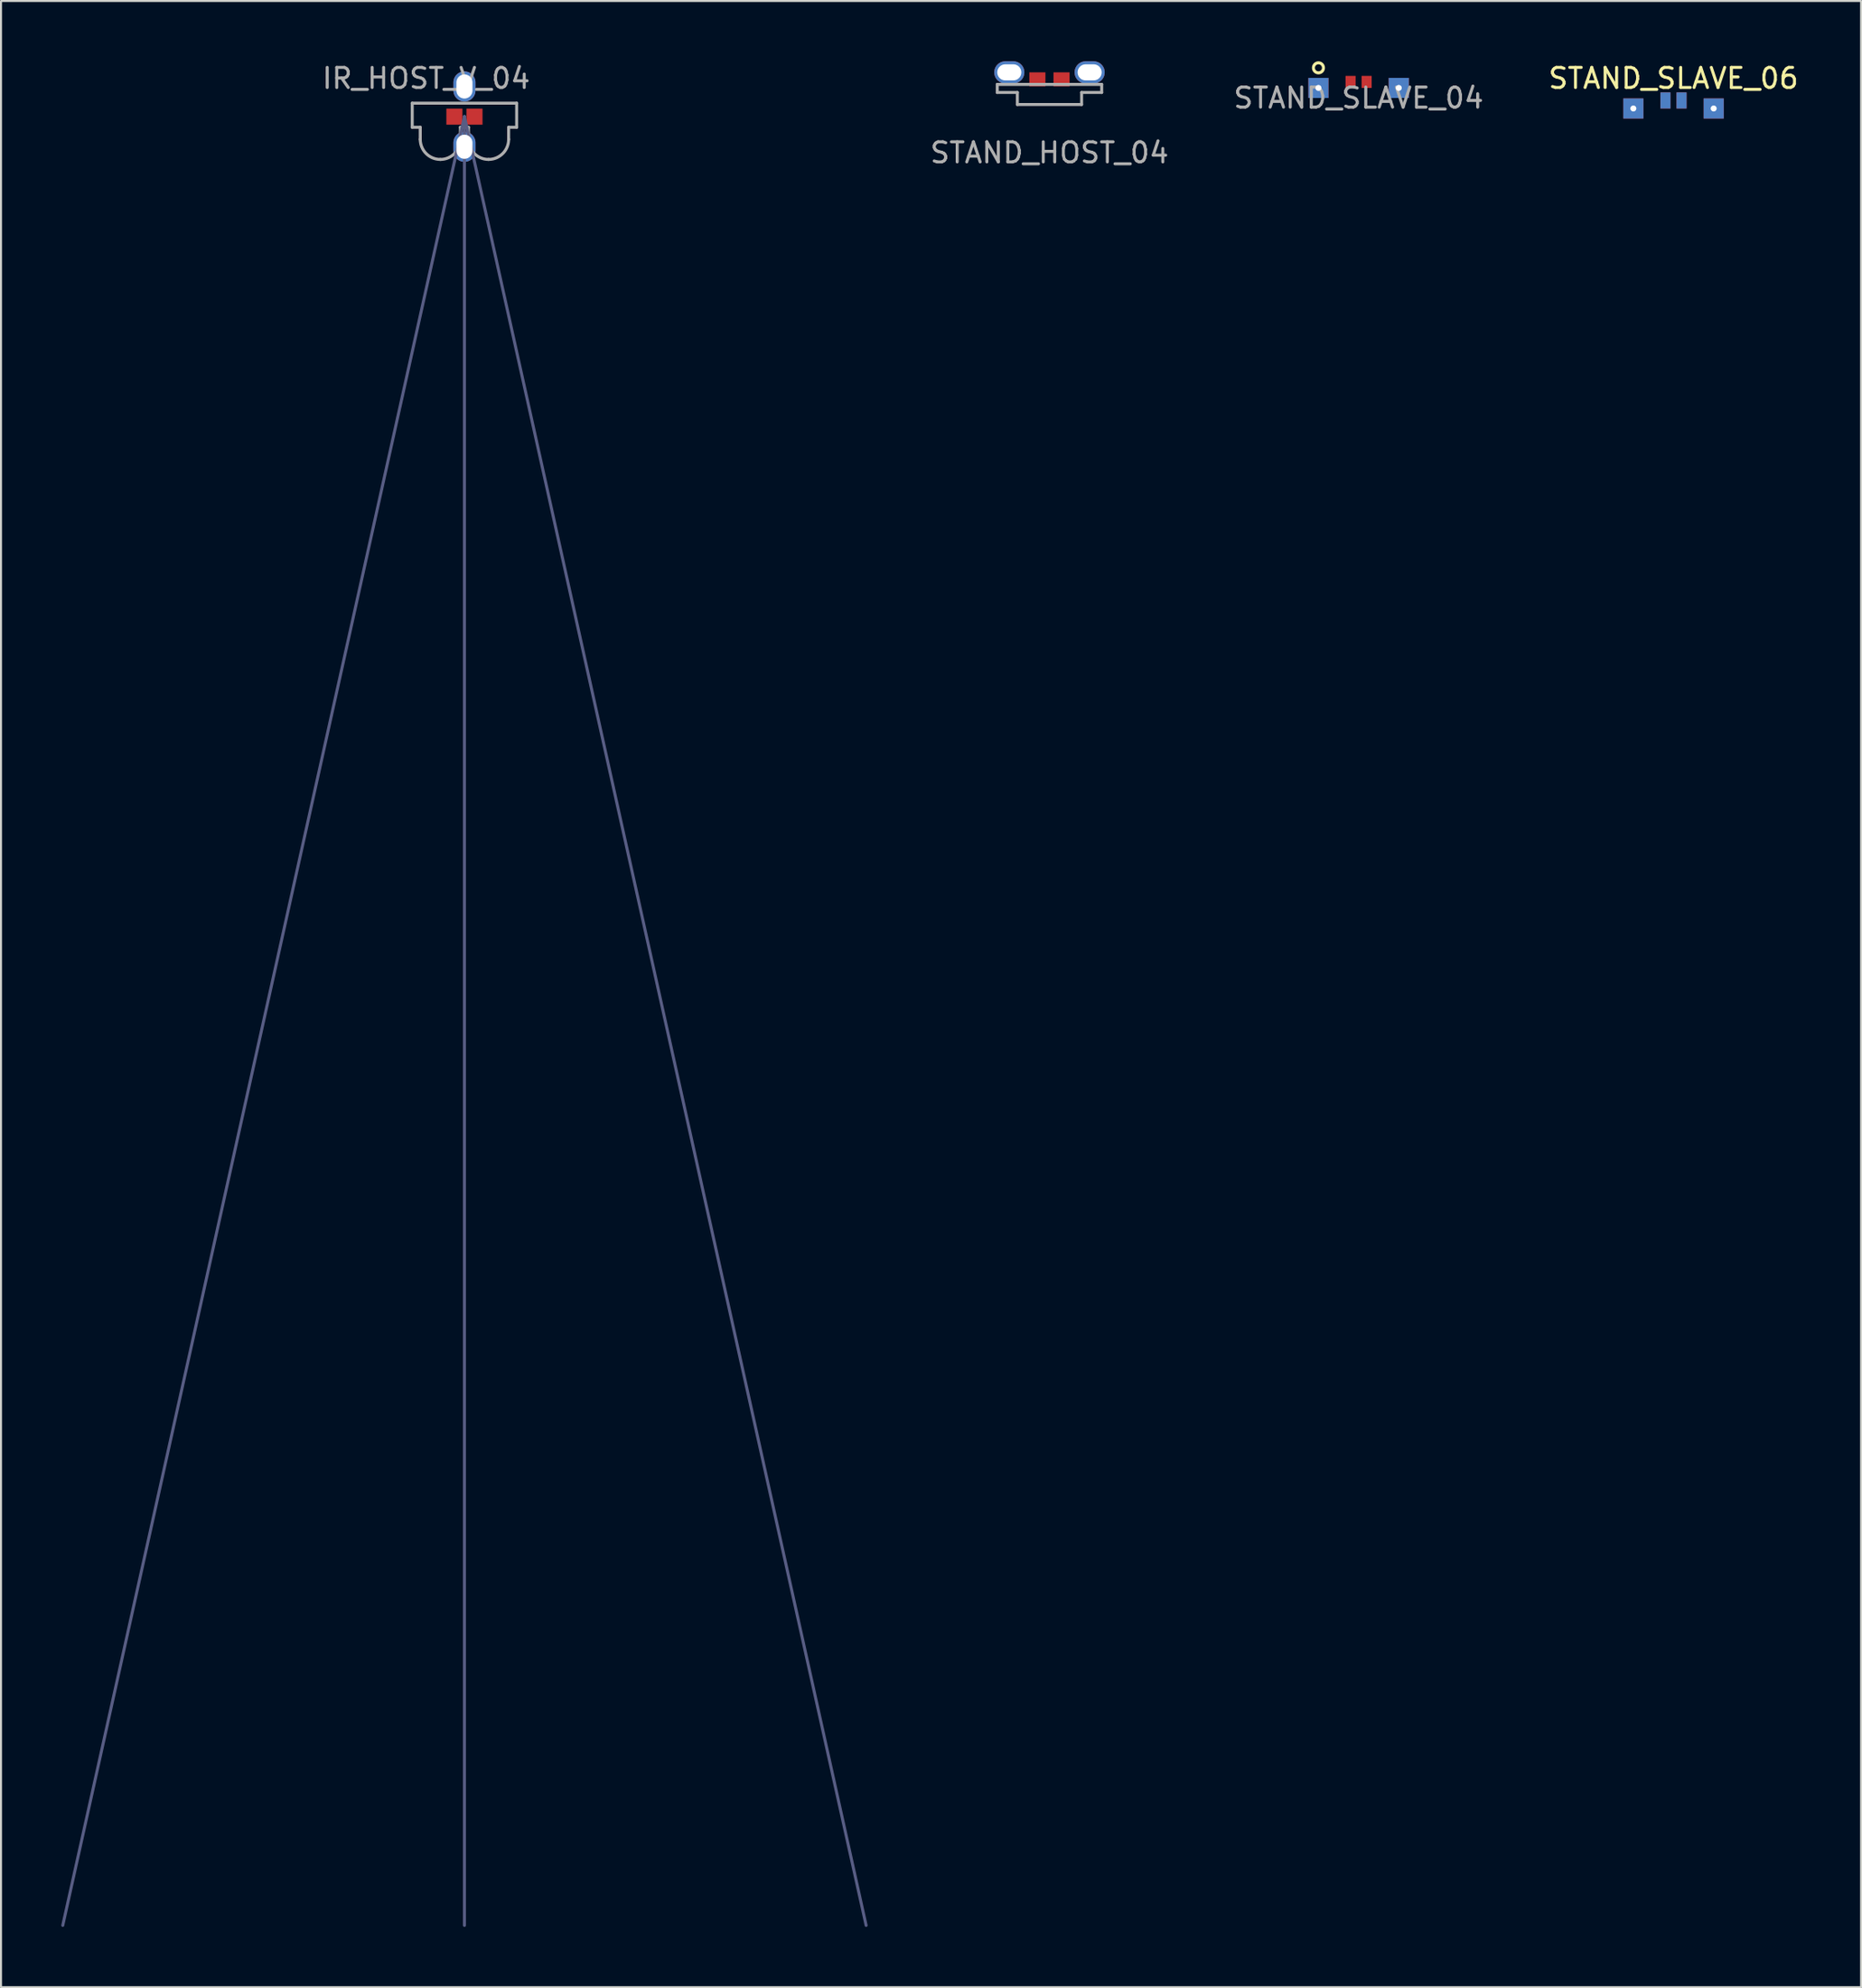
<source format=kicad_pcb>
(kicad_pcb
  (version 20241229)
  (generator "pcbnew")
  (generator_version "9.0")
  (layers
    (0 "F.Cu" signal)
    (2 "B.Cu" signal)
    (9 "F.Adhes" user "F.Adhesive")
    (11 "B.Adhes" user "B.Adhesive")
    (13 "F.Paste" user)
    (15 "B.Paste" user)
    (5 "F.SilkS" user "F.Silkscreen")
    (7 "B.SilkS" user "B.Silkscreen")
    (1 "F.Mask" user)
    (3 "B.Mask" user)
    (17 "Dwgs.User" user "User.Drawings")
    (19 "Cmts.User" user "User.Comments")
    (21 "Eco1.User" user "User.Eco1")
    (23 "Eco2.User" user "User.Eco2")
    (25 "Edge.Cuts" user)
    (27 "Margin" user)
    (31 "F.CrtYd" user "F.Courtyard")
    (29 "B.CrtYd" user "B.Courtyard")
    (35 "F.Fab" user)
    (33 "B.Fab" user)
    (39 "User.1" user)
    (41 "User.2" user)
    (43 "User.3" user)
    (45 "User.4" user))
  (footprint "STAND_HOST_04"
    (layer "F.Cu")
    (at 49.204 0.55)
    (property "Reference" "STAND_HOST_04" (at 0 4 180) (layer "F.Fab") (effects (font (size 1 1) (thickness 0.15))))
    (attr through_hole)
    (fp_line (start -2.6 0.6) (end -2.6 1) (stroke (width 0.15) (type solid)) (layer "F.Fab"))
    (fp_line (start -2.6 1) (end -1.6 1) (stroke (width 0.15) (type solid)) (layer "F.Fab"))
    (fp_line (start -1.6 1) (end -1.6 1.6) (stroke (width 0.15) (type solid)) (layer "F.Fab"))
    (fp_line (start -1.6 1.6) (end 1.6 1.6) (stroke (width 0.15) (type solid)) (layer "F.Fab"))
    (fp_line (start 1.6 1) (end 2.6 1) (stroke (width 0.15) (type solid)) (layer "F.Fab"))
    (fp_line (start 1.6 1.6) (end 1.6 1) (stroke (width 0.15) (type solid)) (layer "F.Fab"))
    (fp_line (start 2.6 0.6) (end -2.6 0.6) (stroke (width 0.15) (type solid)) (layer "F.Fab"))
    (fp_line (start 2.6 1) (end 2.6 0.6) (stroke (width 0.15) (type solid)) (layer "F.Fab"))
    (pad "1" thru_hole oval (at -2 0) (size 1.5 1.1) (drill oval 1.2 0.8) (layers "*.Cu" "*.Mask"))
    (pad "2" smd rect (at -0.6 0.35) (size 0.8 0.7) (layers "F.Cu" "F.Mask" "F.Paste"))
    (pad "3" smd rect (at 0.6 0.35) (size 0.8 0.7) (layers "F.Cu" "F.Mask" "F.Paste"))
    (pad "4" thru_hole oval (at 2 0) (size 1.5 1.1) (drill oval 1.2 0.8) (layers "*.Cu" "*.Mask")))
  (footprint "STAND_SLAVE_06"
    (layer "F.Cu")
    (at 80.275 2.348)
    (property "Reference" "STAND_SLAVE_06" (at 0 -1.5 0) (layer "F.SilkS") (effects (font (size 1 1) (thickness 0.15))))
    (attr through_hole)
    (pad "1" thru_hole rect (at -2 0) (size 1 1) (drill 0.3) (layers "*.Cu" "*.Mask"))
    (pad "2" smd rect (at -0.4 -0.4) (size 0.5 0.8) (layers "F.Cu" "F.Mask" "F.Paste"))
    (pad "3" smd rect (at -0.4 -0.4) (size 0.5 0.8) (layers "B.Cu" "B.Mask" "B.Paste"))
    (pad "4" smd rect (at 0.4 -0.4) (size 0.5 0.8) (layers "F.Cu" "F.Mask" "F.Paste"))
    (pad "5" smd rect (at 0.4 -0.4) (size 0.5 0.8) (layers "B.Cu" "B.Mask" "B.Paste"))
    (pad "6" thru_hole rect (at 2 0) (size 1 1) (drill 0.3) (layers "*.Cu" "*.Mask")))
  (footprint "IR_HOST_V_04"
    (layer "F.Cu")
    (at 20.075 2.753)
    (property "Reference" "IR_HOST_V_04" (at -1.905 -1.905 180) (layer "F.Fab") (effects (font (size 1 1) (thickness 0.15))))
    (attr through_hole)
    (fp_line (start 0 0) (end -20 90) (stroke (width 0.15) (type solid)) (layer "B.Fab"))
    (fp_line (start 0 0) (end 0 90) (stroke (width 0.15) (type solid)) (layer "B.Fab"))
    (fp_line (start 20 90) (end 0 0) (stroke (width 0.15) (type solid)) (layer "B.Fab"))
    (fp_line (start -2.6 -0.67) (end -2.6 0.53) (stroke (width 0.15) (type solid)) (layer "F.Fab"))
    (fp_line (start -2.6 0.53) (end -2.2 0.53) (stroke (width 0.15) (type solid)) (layer "F.Fab"))
    (fp_line (start -2.2 0.53) (end -2.2 1.13) (stroke (width 0.15) (type solid)) (layer "F.Fab"))
    (fp_line (start -0.2 0.53) (end 0.2 0.53) (stroke (width 0.15) (type solid)) (layer "F.Fab"))
    (fp_line (start -0.2 1.13) (end -0.2 0.53) (stroke (width 0.15) (type solid)) (layer "F.Fab"))
    (fp_line (start 0.2 0.53) (end 0.2 1.13) (stroke (width 0.15) (type solid)) (layer "F.Fab"))
    (fp_line (start 2.2 0.53) (end 2.6 0.53) (stroke (width 0.15) (type solid)) (layer "F.Fab"))
    (fp_line (start 2.2 1.13) (end 2.2 0.53) (stroke (width 0.15) (type solid)) (layer "F.Fab"))
    (fp_line (start 2.6 -0.67) (end -2.6 -0.67) (stroke (width 0.15) (type solid)) (layer "F.Fab"))
    (fp_line (start 2.6 0.53) (end 2.6 -0.67) (stroke (width 0.15) (type solid)) (layer "F.Fab"))
    (fp_arc (start -1.2 2.13) (mid -1.907107 1.837107) (end -2.2 1.13) (stroke (width 0.15) (type solid)) (layer "F.Fab"))
    (fp_arc (start -0.2 1.13) (mid -0.492893 1.837107) (end -1.2 2.13) (stroke (width 0.15) (type solid)) (layer "F.Fab"))
    (fp_arc (start 1.2 2.13) (mid 0.492893 1.837107) (end 0.2 1.13) (stroke (width 0.15) (type solid)) (layer "F.Fab"))
    (fp_arc (start 2.2 1.13) (mid 1.907107 1.837107) (end 1.2 2.13) (stroke (width 0.15) (type solid)) (layer "F.Fab"))
    (pad "1" thru_hole oval (at 0 1.5) (size 1.1 1.5) (drill oval 0.8 1.2) (layers "*.Cu" "*.Mask"))
    (pad "2" smd rect (at 0.5 0) (size 0.8 0.8) (layers "F.Cu" "F.Mask" "F.Paste"))
    (pad "3" smd rect (at -0.5 0) (size 0.8 0.8) (layers "F.Cu" "F.Mask" "F.Paste"))
    (pad "4" thru_hole oval (at 0 -1.5) (size 1.1 1.5) (drill oval 0.8 1.2) (layers "*.Cu" "*.Mask")))
  (footprint "STAND_SLAVE_04"
    (layer "F.Cu")
    (at 64.596 1.325)
    (property "Reference" "STAND_SLAVE_04" (at 0 0.5 0) (layer "F.Fab") (effects (font (size 1 1) (thickness 0.15))))
    (attr through_hole)
    (fp_circle (center -2 -1) (end -1.75 -1) (stroke (width 0.15) (type solid)) (fill no) (layer "F.SilkS"))
    (pad "1" thru_hole rect (at -2 0) (size 1 1) (drill 0.3) (layers "*.Cu" "*.Mask"))
    (pad "2" smd rect (at -0.4 -0.3) (size 0.5 0.6) (layers "F.Cu" "F.Mask" "F.Paste"))
    (pad "3" smd rect (at 0.4 -0.3) (size 0.5 0.6) (layers "F.Cu" "F.Mask" "F.Paste"))
    (pad "4" thru_hole rect (at 2 0) (size 1 1) (drill 0.3) (layers "*.Cu" "*.Mask")))
  (gr_rect
    (start -3 -3)
    (end 89.614 95.828)
    (stroke (width 0.1) (type default))
    (fill no)
    (layer "Edge.Cuts")))
</source>
